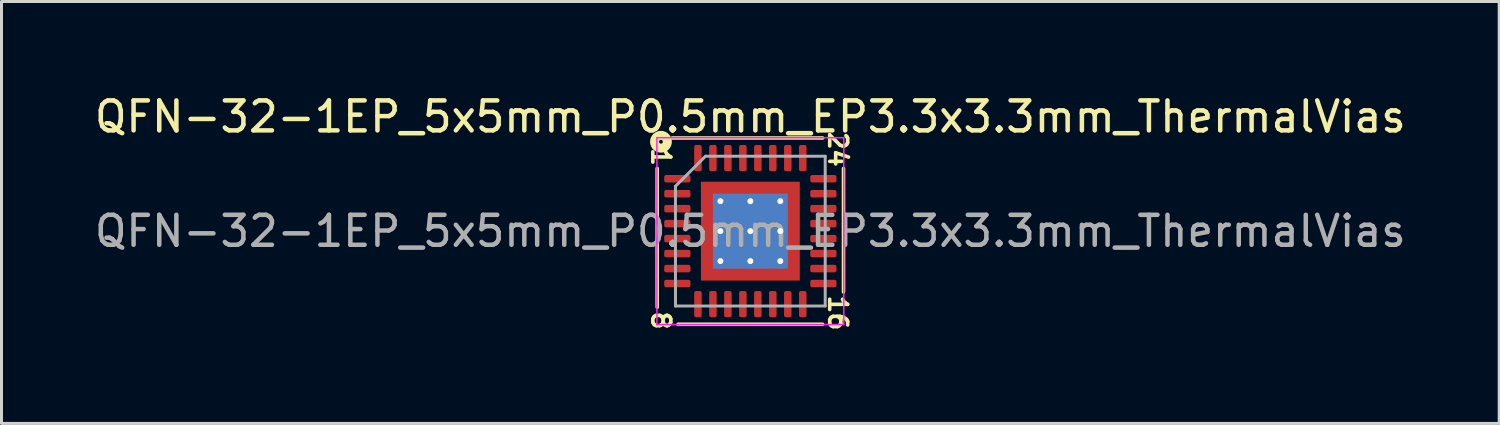
<source format=kicad_pcb>
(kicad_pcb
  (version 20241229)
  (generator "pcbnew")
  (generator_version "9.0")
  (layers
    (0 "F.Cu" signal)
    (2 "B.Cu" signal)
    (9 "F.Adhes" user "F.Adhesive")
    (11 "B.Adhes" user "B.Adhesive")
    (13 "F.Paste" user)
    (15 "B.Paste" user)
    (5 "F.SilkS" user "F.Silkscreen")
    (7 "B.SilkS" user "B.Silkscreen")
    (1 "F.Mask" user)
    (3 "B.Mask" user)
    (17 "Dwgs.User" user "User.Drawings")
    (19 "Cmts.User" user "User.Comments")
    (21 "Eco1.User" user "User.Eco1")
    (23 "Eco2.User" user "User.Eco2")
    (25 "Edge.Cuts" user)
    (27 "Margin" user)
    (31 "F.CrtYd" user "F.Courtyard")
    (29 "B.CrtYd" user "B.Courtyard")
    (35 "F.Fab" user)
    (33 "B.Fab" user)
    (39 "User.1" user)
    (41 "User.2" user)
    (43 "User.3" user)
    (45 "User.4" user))
  (footprint "QFN-32-1EP_5x5mm_P0.5mm_EP3.3x3.3mm_ThermalVias"
    (layer "F.Cu")
    (at 22.006 4.668)
    (property "Reference" "QFN-32-1EP_5x5mm_P0.5mm_EP3.3x3.3mm_ThermalVias" (at 0 -3.82 0) (layer "F.SilkS") (effects (font (size 1 1) (thickness 0.15))))
    (attr smd)
    (fp_line (start -3.111 -2.095) (end -3.111 2.54) (stroke (width 0.12) (type solid)) (layer "F.SilkS"))
    (fp_line (start -2.413 3.111) (end 2.413 3.111) (stroke (width 0.12) (type solid)) (layer "F.SilkS"))
    (fp_line (start 2.413 -3.111) (end -2.603 -3.111) (stroke (width 0.12) (type solid)) (layer "F.SilkS"))
    (fp_line (start 3.111 2.032) (end 3.111 -2.095) (stroke (width 0.12) (type solid)) (layer "F.SilkS"))
    (fp_circle (center -2.985 -2.985) (end -2.921 -2.985) (stroke (width 0.3) (type solid)) (fill no) (layer "F.SilkS"))
    (fp_line (start -3.12 -3.12) (end -3.12 3.12) (stroke (width 0.05) (type solid)) (layer "F.CrtYd"))
    (fp_line (start -3.12 3.12) (end 3.12 3.12) (stroke (width 0.05) (type solid)) (layer "F.CrtYd"))
    (fp_line (start 3.12 -3.12) (end -3.12 -3.12) (stroke (width 0.05) (type solid)) (layer "F.CrtYd"))
    (fp_line (start 3.12 3.12) (end 3.12 -3.12) (stroke (width 0.05) (type solid)) (layer "F.CrtYd"))
    (fp_line (start -2.5 -1.5) (end -1.5 -2.5) (stroke (width 0.1) (type solid)) (layer "F.Fab"))
    (fp_line (start -2.5 2.5) (end -2.5 -1.5) (stroke (width 0.1) (type solid)) (layer "F.Fab"))
    (fp_line (start -1.5 -2.5) (end 2.5 -2.5) (stroke (width 0.1) (type solid)) (layer "F.Fab"))
    (fp_line (start 2.5 -2.5) (end 2.5 2.5) (stroke (width 0.1) (type solid)) (layer "F.Fab"))
    (fp_line (start 2.5 2.5) (end -2.5 2.5) (stroke (width 0.1) (type solid)) (layer "F.Fab"))
    (fp_text user "8" (at -2.985 2.985 270) (unlocked yes) (layer "F.SilkS") (effects (font (size 0.6 0.6) (thickness 0.12))))
    (fp_text user "16" (at 2.921 2.731 270) (unlocked yes) (layer "F.SilkS") (effects (font (size 0.6 0.6) (thickness 0.12))))
    (fp_text user "24" (at 2.921 -2.731 270) (unlocked yes) (layer "F.SilkS") (effects (font (size 0.6 0.6) (thickness 0.12))))
    (fp_text user "1" (at -2.985 -2.477 270) (unlocked yes) (layer "F.SilkS") (effects (font (size 0.6 0.6) (thickness 0.12))))
    (fp_text user "${REFERENCE}" (at 0 0 0) (layer "F.Fab") (effects (font (size 1 1) (thickness 0.15))))
    (pad "" smd custom (at -1.325 -1.325) (size 0.413 0.413) (layers "F.Paste") (options (anchor circle)) (primitives (gr_poly (pts (xy 0.151 0.059) (xy 0.059 0.151) (xy -0.151 0.151) (xy -0.151 -0.151) (xy 0.151 -0.151)) (width 0.222) (fill yes))))
    (pad "" smd custom (at -1.325 -0.5) (size 0.437 0.437) (layers "F.Paste") (options (anchor circle)) (primitives (gr_poly (pts (xy 0.175 -0.244) (xy 0.175 0.244) (xy 0.103 0.316) (xy -0.175 0.316) (xy -0.175 -0.316) (xy 0.103 -0.316)) (width 0.174) (fill yes))))
    (pad "" smd custom (at -1.325 0.5) (size 0.437 0.437) (layers "F.Paste") (options (anchor circle)) (primitives (gr_poly (pts (xy 0.175 -0.244) (xy 0.175 0.244) (xy 0.103 0.316) (xy -0.175 0.316) (xy -0.175 -0.316) (xy 0.103 -0.316)) (width 0.174) (fill yes))))
    (pad "" smd custom (at -1.325 1.325) (size 0.413 0.413) (layers "F.Paste") (options (anchor circle)) (primitives (gr_poly (pts (xy 0.151 -0.059) (xy 0.151 0.151) (xy -0.151 0.151) (xy -0.151 -0.151) (xy 0.059 -0.151)) (width 0.222) (fill yes))))
    (pad "" smd custom (at -0.5 -1.325) (size 0.437 0.437) (layers "F.Paste") (options (anchor circle)) (primitives (gr_poly (pts (xy 0.316 0.103) (xy 0.244 0.175) (xy -0.244 0.175) (xy -0.316 0.103) (xy -0.316 -0.175) (xy 0.316 -0.175)) (width 0.174) (fill yes))))
    (pad "" smd roundrect (at -0.5 -0.5) (size 0.806 0.806) (layers "F.Paste") (roundrect_rratio 0.25))
    (pad "" smd roundrect (at -0.5 0.5) (size 0.806 0.806) (layers "F.Paste") (roundrect_rratio 0.25))
    (pad "" smd custom (at -0.5 1.325) (size 0.437 0.437) (layers "F.Paste") (options (anchor circle)) (primitives (gr_poly (pts (xy 0.316 -0.103) (xy 0.316 0.175) (xy -0.316 0.175) (xy -0.316 -0.103) (xy -0.244 -0.175) (xy 0.244 -0.175)) (width 0.174) (fill yes))))
    (pad "" smd custom (at 0.5 -1.325) (size 0.437 0.437) (layers "F.Paste") (options (anchor circle)) (primitives (gr_poly (pts (xy 0.316 0.103) (xy 0.244 0.175) (xy -0.244 0.175) (xy -0.316 0.103) (xy -0.316 -0.175) (xy 0.316 -0.175)) (width 0.174) (fill yes))))
    (pad "" smd roundrect (at 0.5 -0.5) (size 0.806 0.806) (layers "F.Paste") (roundrect_rratio 0.25))
    (pad "" smd roundrect (at 0.5 0.5) (size 0.806 0.806) (layers "F.Paste") (roundrect_rratio 0.25))
    (pad "" smd custom (at 0.5 1.325) (size 0.437 0.437) (layers "F.Paste") (options (anchor circle)) (primitives (gr_poly (pts (xy 0.316 -0.103) (xy 0.316 0.175) (xy -0.316 0.175) (xy -0.316 -0.103) (xy -0.244 -0.175) (xy 0.244 -0.175)) (width 0.174) (fill yes))))
    (pad "" smd custom (at 1.325 -1.325) (size 0.413 0.413) (layers "F.Paste") (options (anchor circle)) (primitives (gr_poly (pts (xy 0.151 0.151) (xy -0.059 0.151) (xy -0.151 0.059) (xy -0.151 -0.151) (xy 0.151 -0.151)) (width 0.222) (fill yes))))
    (pad "" smd custom (at 1.325 -0.5) (size 0.437 0.437) (layers "F.Paste") (options (anchor circle)) (primitives (gr_poly (pts (xy 0.175 0.316) (xy -0.103 0.316) (xy -0.175 0.244) (xy -0.175 -0.244) (xy -0.103 -0.316) (xy 0.175 -0.316)) (width 0.174) (fill yes))))
    (pad "" smd custom (at 1.325 0.5) (size 0.437 0.437) (layers "F.Paste") (options (anchor circle)) (primitives (gr_poly (pts (xy 0.175 0.316) (xy -0.103 0.316) (xy -0.175 0.244) (xy -0.175 -0.244) (xy -0.103 -0.316) (xy 0.175 -0.316)) (width 0.174) (fill yes))))
    (pad "" smd custom (at 1.325 1.325) (size 0.413 0.413) (layers "F.Paste") (options (anchor circle)) (primitives (gr_poly (pts (xy 0.151 0.151) (xy -0.151 0.151) (xy -0.151 -0.059) (xy -0.059 -0.151) (xy 0.151 -0.151)) (width 0.222) (fill yes))))
    (pad "1" smd roundrect (at -2.438 -1.75) (size 0.875 0.25) (layers "F.Cu" "F.Mask" "F.Paste") (roundrect_rratio 0.25))
    (pad "2" smd roundrect (at -2.438 -1.25) (size 0.875 0.25) (layers "F.Cu" "F.Mask" "F.Paste") (roundrect_rratio 0.25))
    (pad "3" smd roundrect (at -2.438 -0.75) (size 0.875 0.25) (layers "F.Cu" "F.Mask" "F.Paste") (roundrect_rratio 0.25))
    (pad "4" smd roundrect (at -2.438 -0.25) (size 0.875 0.25) (layers "F.Cu" "F.Mask" "F.Paste") (roundrect_rratio 0.25))
    (pad "5" smd roundrect (at -2.438 0.25) (size 0.875 0.25) (layers "F.Cu" "F.Mask" "F.Paste") (roundrect_rratio 0.25))
    (pad "6" smd roundrect (at -2.438 0.75) (size 0.875 0.25) (layers "F.Cu" "F.Mask" "F.Paste") (roundrect_rratio 0.25))
    (pad "7" smd roundrect (at -2.438 1.25) (size 0.875 0.25) (layers "F.Cu" "F.Mask" "F.Paste") (roundrect_rratio 0.25))
    (pad "8" smd roundrect (at -2.438 1.75) (size 0.875 0.25) (layers "F.Cu" "F.Mask" "F.Paste") (roundrect_rratio 0.25))
    (pad "9" smd roundrect (at -1.75 2.438) (size 0.25 0.875) (layers "F.Cu" "F.Mask" "F.Paste") (roundrect_rratio 0.25))
    (pad "10" smd roundrect (at -1.25 2.438) (size 0.25 0.875) (layers "F.Cu" "F.Mask" "F.Paste") (roundrect_rratio 0.25))
    (pad "11" smd roundrect (at -0.75 2.438) (size 0.25 0.875) (layers "F.Cu" "F.Mask" "F.Paste") (roundrect_rratio 0.25))
    (pad "12" smd roundrect (at -0.25 2.438) (size 0.25 0.875) (layers "F.Cu" "F.Mask" "F.Paste") (roundrect_rratio 0.25))
    (pad "13" smd roundrect (at 0.25 2.438) (size 0.25 0.875) (layers "F.Cu" "F.Mask" "F.Paste") (roundrect_rratio 0.25))
    (pad "14" smd roundrect (at 0.75 2.438) (size 0.25 0.875) (layers "F.Cu" "F.Mask" "F.Paste") (roundrect_rratio 0.25))
    (pad "15" smd roundrect (at 1.25 2.438) (size 0.25 0.875) (layers "F.Cu" "F.Mask" "F.Paste") (roundrect_rratio 0.25))
    (pad "16" smd roundrect (at 1.75 2.438) (size 0.25 0.875) (layers "F.Cu" "F.Mask" "F.Paste") (roundrect_rratio 0.25))
    (pad "17" smd roundrect (at 2.438 1.75) (size 0.875 0.25) (layers "F.Cu" "F.Mask" "F.Paste") (roundrect_rratio 0.25))
    (pad "18" smd roundrect (at 2.438 1.25) (size 0.875 0.25) (layers "F.Cu" "F.Mask" "F.Paste") (roundrect_rratio 0.25))
    (pad "19" smd roundrect (at 2.438 0.75) (size 0.875 0.25) (layers "F.Cu" "F.Mask" "F.Paste") (roundrect_rratio 0.25))
    (pad "20" smd roundrect (at 2.438 0.25) (size 0.875 0.25) (layers "F.Cu" "F.Mask" "F.Paste") (roundrect_rratio 0.25))
    (pad "21" smd roundrect (at 2.438 -0.25) (size 0.875 0.25) (layers "F.Cu" "F.Mask" "F.Paste") (roundrect_rratio 0.25))
    (pad "22" smd roundrect (at 2.438 -0.75) (size 0.875 0.25) (layers "F.Cu" "F.Mask" "F.Paste") (roundrect_rratio 0.25))
    (pad "23" smd roundrect (at 2.438 -1.25) (size 0.875 0.25) (layers "F.Cu" "F.Mask" "F.Paste") (roundrect_rratio 0.25))
    (pad "24" smd roundrect (at 2.438 -1.75) (size 0.875 0.25) (layers "F.Cu" "F.Mask" "F.Paste") (roundrect_rratio 0.25))
    (pad "25" smd roundrect (at 1.75 -2.438) (size 0.25 0.875) (layers "F.Cu" "F.Mask" "F.Paste") (roundrect_rratio 0.25))
    (pad "26" smd roundrect (at 1.25 -2.438) (size 0.25 0.875) (layers "F.Cu" "F.Mask" "F.Paste") (roundrect_rratio 0.25))
    (pad "27" smd roundrect (at 0.75 -2.438) (size 0.25 0.875) (layers "F.Cu" "F.Mask" "F.Paste") (roundrect_rratio 0.25))
    (pad "28" smd roundrect (at 0.25 -2.438) (size 0.25 0.875) (layers "F.Cu" "F.Mask" "F.Paste") (roundrect_rratio 0.25))
    (pad "29" smd roundrect (at -0.25 -2.438) (size 0.25 0.875) (layers "F.Cu" "F.Mask" "F.Paste") (roundrect_rratio 0.25))
    (pad "30" smd roundrect (at -0.75 -2.438) (size 0.25 0.875) (layers "F.Cu" "F.Mask" "F.Paste") (roundrect_rratio 0.25))
    (pad "31" smd roundrect (at -1.25 -2.438) (size 0.25 0.875) (layers "F.Cu" "F.Mask" "F.Paste") (roundrect_rratio 0.25))
    (pad "32" smd roundrect (at -1.75 -2.438) (size 0.25 0.875) (layers "F.Cu" "F.Mask" "F.Paste") (roundrect_rratio 0.25))
    (pad "33" thru_hole circle (at -1 -1) (size 0.5 0.5) (drill 0.2) (layers "*.Cu"))
    (pad "33" thru_hole circle (at -1 0) (size 0.5 0.5) (drill 0.2) (layers "*.Cu"))
    (pad "33" thru_hole circle (at -1 1) (size 0.5 0.5) (drill 0.2) (layers "*.Cu"))
    (pad "33" thru_hole circle (at 0 -1) (size 0.5 0.5) (drill 0.2) (layers "*.Cu"))
    (pad "33" thru_hole circle (at 0 0) (size 0.5 0.5) (drill 0.2) (layers "*.Cu"))
    (pad "33" smd rect (at 0 0) (size 2.5 2.5) (layers "B.Cu" "B.Mask"))
    (pad "33" smd rect (at 0 0) (size 3.3 3.3) (layers "F.Cu" "F.Mask"))
    (pad "33" thru_hole circle (at 0 1) (size 0.5 0.5) (drill 0.2) (layers "*.Cu"))
    (pad "33" thru_hole circle (at 1 -1) (size 0.5 0.5) (drill 0.2) (layers "*.Cu"))
    (pad "33" thru_hole circle (at 1 0) (size 0.5 0.5) (drill 0.2) (layers "*.Cu"))
    (pad "33" thru_hole circle (at 1 1) (size 0.5 0.5) (drill 0.2) (layers "*.Cu")))
  (gr_rect
    (start -3 -3)
    (end 47.012 11.09)
    (stroke (width 0.1) (type default))
    (fill no)
    (layer "Edge.Cuts")))
</source>
